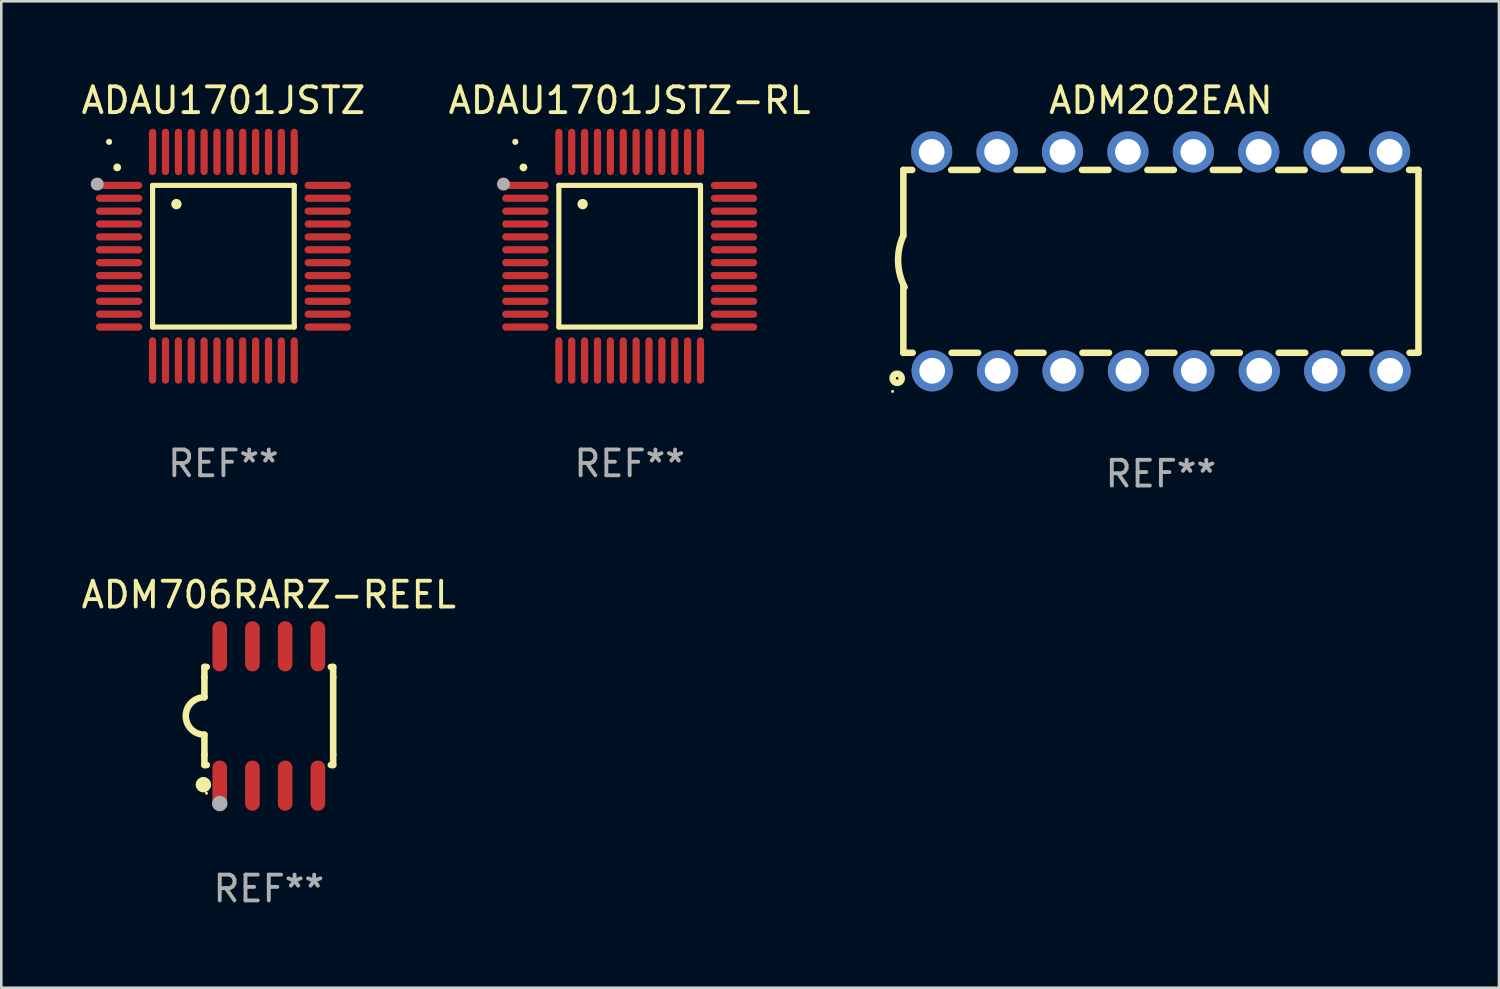
<source format=kicad_pcb>
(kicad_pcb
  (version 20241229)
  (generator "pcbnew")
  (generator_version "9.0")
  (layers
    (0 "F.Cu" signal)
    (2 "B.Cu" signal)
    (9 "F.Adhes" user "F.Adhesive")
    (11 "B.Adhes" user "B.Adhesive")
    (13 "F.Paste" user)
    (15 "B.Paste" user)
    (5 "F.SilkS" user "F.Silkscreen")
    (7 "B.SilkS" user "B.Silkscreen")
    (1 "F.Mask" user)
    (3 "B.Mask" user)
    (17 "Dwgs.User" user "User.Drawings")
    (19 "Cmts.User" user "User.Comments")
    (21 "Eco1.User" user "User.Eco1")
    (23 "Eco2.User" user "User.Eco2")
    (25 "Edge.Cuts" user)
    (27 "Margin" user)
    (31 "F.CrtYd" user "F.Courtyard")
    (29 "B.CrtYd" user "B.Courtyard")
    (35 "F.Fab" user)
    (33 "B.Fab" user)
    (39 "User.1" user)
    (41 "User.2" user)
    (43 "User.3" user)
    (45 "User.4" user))
  (footprint "ADM202EAN"
    (layer "F.Cu")
    (at 42.025 7.098)
    (property "Reference" "ADM202EAN" (at 0 -6.25 0) (layer "F.SilkS") (effects (font (size 1 1) (thickness 0.15))))
    (attr through_hole)
    (fp_line (start -10 -3.55) (end -9.656 -3.55) (stroke (width 0.254) (type solid)) (layer "F.SilkS"))
    (fp_line (start -10 -0.998) (end -10 -3.55) (stroke (width 0.254) (type solid)) (layer "F.SilkS"))
    (fp_line (start -10 3.55) (end -10 1) (stroke (width 0.254) (type solid)) (layer "F.SilkS"))
    (fp_line (start -10 3.55) (end -9.636 3.55) (stroke (width 0.254) (type solid)) (layer "F.SilkS"))
    (fp_line (start -8.144 -3.55) (end -7.116 -3.55) (stroke (width 0.254) (type solid)) (layer "F.SilkS"))
    (fp_line (start -8.124 3.55) (end -7.096 3.55) (stroke (width 0.254) (type solid)) (layer "F.SilkS"))
    (fp_line (start -5.604 -3.55) (end -4.576 -3.55) (stroke (width 0.254) (type solid)) (layer "F.SilkS"))
    (fp_line (start -5.584 3.55) (end -4.556 3.55) (stroke (width 0.254) (type solid)) (layer "F.SilkS"))
    (fp_line (start -3.064 -3.55) (end -2.036 -3.55) (stroke (width 0.254) (type solid)) (layer "F.SilkS"))
    (fp_line (start -3.044 3.55) (end -2.016 3.55) (stroke (width 0.254) (type solid)) (layer "F.SilkS"))
    (fp_line (start -0.524 -3.55) (end 0.504 -3.55) (stroke (width 0.254) (type solid)) (layer "F.SilkS"))
    (fp_line (start -0.504 3.55) (end 0.524 3.55) (stroke (width 0.254) (type solid)) (layer "F.SilkS"))
    (fp_line (start 2.016 -3.55) (end 3.044 -3.55) (stroke (width 0.254) (type solid)) (layer "F.SilkS"))
    (fp_line (start 2.036 3.55) (end 3.064 3.55) (stroke (width 0.254) (type solid)) (layer "F.SilkS"))
    (fp_line (start 4.556 -3.55) (end 5.584 -3.55) (stroke (width 0.254) (type solid)) (layer "F.SilkS"))
    (fp_line (start 4.576 3.55) (end 5.604 3.55) (stroke (width 0.254) (type solid)) (layer "F.SilkS"))
    (fp_line (start 7.096 -3.55) (end 8.124 -3.55) (stroke (width 0.254) (type solid)) (layer "F.SilkS"))
    (fp_line (start 7.116 3.55) (end 8.144 3.55) (stroke (width 0.254) (type solid)) (layer "F.SilkS"))
    (fp_line (start 9.636 -3.55) (end 10 -3.55) (stroke (width 0.254) (type solid)) (layer "F.SilkS"))
    (fp_line (start 9.656 3.55) (end 10 3.55) (stroke (width 0.254) (type solid)) (layer "F.SilkS"))
    (fp_line (start 10 3.55) (end 10 -3.55) (stroke (width 0.254) (type solid)) (layer "F.SilkS"))
    (fp_arc (start -9.949962 1) (mid -10.203153 0.005709) (end -10 -1) (stroke (width 0.254001) (type solid)) (layer "F.SilkS"))
    (fp_circle (center -10.417 5.05) (end -10.387 5.05) (stroke (width 0.06) (type solid)) (fill no) (layer "F.SilkS"))
    (fp_circle (center -10.24 4.54) (end -10.19 4.54) (stroke (width 0.254) (type solid)) (fill no) (layer "F.SilkS"))
    (fp_text user "REF**" (at 0 8.25 0) (layer "F.Fab") (effects (font (size 1 1) (thickness 0.15))))
    (pad "1" thru_hole circle (at -8.88 4.25) (size 1.6 1.6) (drill 1) (layers "*.Cu" "*.Mask"))
    (pad "2" thru_hole circle (at -6.34 4.25) (size 1.6 1.6) (drill 1) (layers "*.Cu" "*.Mask"))
    (pad "3" thru_hole circle (at -3.8 4.25) (size 1.6 1.6) (drill 1) (layers "*.Cu" "*.Mask"))
    (pad "4" thru_hole circle (at -1.26 4.25) (size 1.6 1.6) (drill 1) (layers "*.Cu" "*.Mask"))
    (pad "5" thru_hole circle (at 1.28 4.25) (size 1.6 1.6) (drill 1) (layers "*.Cu" "*.Mask"))
    (pad "6" thru_hole circle (at 3.82 4.25) (size 1.6 1.6) (drill 1) (layers "*.Cu" "*.Mask"))
    (pad "7" thru_hole circle (at 6.36 4.25) (size 1.6 1.6) (drill 1) (layers "*.Cu" "*.Mask"))
    (pad "8" thru_hole circle (at 8.9 4.25) (size 1.6 1.6) (drill 1) (layers "*.Cu" "*.Mask"))
    (pad "9" thru_hole circle (at 8.88 -4.25) (size 1.6 1.6) (drill 1) (layers "*.Cu" "*.Mask"))
    (pad "10" thru_hole circle (at 6.34 -4.25) (size 1.6 1.6) (drill 1) (layers "*.Cu" "*.Mask"))
    (pad "11" thru_hole circle (at 3.8 -4.25) (size 1.6 1.6) (drill 1) (layers "*.Cu" "*.Mask"))
    (pad "12" thru_hole circle (at 1.26 -4.25) (size 1.6 1.6) (drill 1) (layers "*.Cu" "*.Mask"))
    (pad "13" thru_hole circle (at -1.28 -4.25) (size 1.6 1.6) (drill 1) (layers "*.Cu" "*.Mask"))
    (pad "14" thru_hole circle (at -3.82 -4.25) (size 1.6 1.6) (drill 1) (layers "*.Cu" "*.Mask"))
    (pad "15" thru_hole circle (at -6.36 -4.25) (size 1.6 1.6) (drill 1) (layers "*.Cu" "*.Mask"))
    (pad "16" thru_hole circle (at -8.9 -4.25) (size 1.6 1.6) (drill 1) (layers "*.Cu" "*.Mask")))
  (footprint "ADAU1701JSTZ-RL"
    (layer "F.Cu")
    (at 21.399 6.898)
    (property "Reference" "ADAU1701JSTZ-RL" (at 0 -6.05 0) (layer "F.SilkS") (effects (font (size 1 1) (thickness 0.15))))
    (attr through_hole)
    (fp_line (start -2.75 -2.75) (end 2.75 -2.75) (stroke (width 0.2) (type solid)) (layer "F.SilkS"))
    (fp_line (start -2.75 2.75) (end -2.75 -2.75) (stroke (width 0.2) (type solid)) (layer "F.SilkS"))
    (fp_line (start 2.75 -2.75) (end 2.75 2.75) (stroke (width 0.2) (type solid)) (layer "F.SilkS"))
    (fp_line (start 2.75 2.75) (end -2.75 2.75) (stroke (width 0.2) (type solid)) (layer "F.SilkS"))
    (fp_arc (start -4.124968 -3.446787) (mid -4.124973 -3.448057) (end -4.124968 -3.449327) (stroke (width 0.3) (type solid)) (layer "F.SilkS"))
    (fp_arc (start -1.826264 -2.021844) (mid -1.826268 -2.023114) (end -1.826264 -2.024384) (stroke (width 0.4) (type solid)) (layer "F.SilkS"))
    (fp_circle (center -4.44 -4.44) (end -4.38 -4.44) (stroke (width 0.12) (type solid)) (fill no) (layer "F.SilkS"))
    (fp_circle (center -4.9 -2.8) (end -4.773 -2.8) (stroke (width 0.254) (type solid)) (fill no) (layer "F.Fab"))
    (fp_text user "REF**" (at 0 8.05 0) (layer "F.Fab") (effects (font (size 1 1) (thickness 0.15))))
    (pad "1" smd oval (at -4.05 -2.75 90) (size 0.28 1.8) (layers "F.Cu" "F.Mask" "F.Paste"))
    (pad "2" smd oval (at -4.05 -2.25 90) (size 0.28 1.8) (layers "F.Cu" "F.Mask" "F.Paste"))
    (pad "3" smd oval (at -4.05 -1.75 90) (size 0.28 1.8) (layers "F.Cu" "F.Mask" "F.Paste"))
    (pad "4" smd oval (at -4.05 -1.25 90) (size 0.28 1.8) (layers "F.Cu" "F.Mask" "F.Paste"))
    (pad "5" smd oval (at -4.05 -0.75 90) (size 0.28 1.8) (layers "F.Cu" "F.Mask" "F.Paste"))
    (pad "6" smd oval (at -4.05 -0.25 90) (size 0.28 1.8) (layers "F.Cu" "F.Mask" "F.Paste"))
    (pad "7" smd oval (at -4.05 0.25 90) (size 0.28 1.8) (layers "F.Cu" "F.Mask" "F.Paste"))
    (pad "8" smd oval (at -4.05 0.75 90) (size 0.28 1.8) (layers "F.Cu" "F.Mask" "F.Paste"))
    (pad "9" smd oval (at -4.05 1.25 90) (size 0.28 1.8) (layers "F.Cu" "F.Mask" "F.Paste"))
    (pad "10" smd oval (at -4.05 1.75 90) (size 0.28 1.8) (layers "F.Cu" "F.Mask" "F.Paste"))
    (pad "11" smd oval (at -4.05 2.25 90) (size 0.28 1.8) (layers "F.Cu" "F.Mask" "F.Paste"))
    (pad "12" smd oval (at -4.05 2.75 90) (size 0.28 1.8) (layers "F.Cu" "F.Mask" "F.Paste"))
    (pad "13" smd oval (at -2.75 4.05) (size 0.28 1.8) (layers "F.Cu" "F.Mask" "F.Paste"))
    (pad "14" smd oval (at -2.25 4.05) (size 0.28 1.8) (layers "F.Cu" "F.Mask" "F.Paste"))
    (pad "15" smd oval (at -1.75 4.05) (size 0.28 1.8) (layers "F.Cu" "F.Mask" "F.Paste"))
    (pad "16" smd oval (at -1.25 4.05) (size 0.28 1.8) (layers "F.Cu" "F.Mask" "F.Paste"))
    (pad "17" smd oval (at -0.75 4.05) (size 0.28 1.8) (layers "F.Cu" "F.Mask" "F.Paste"))
    (pad "18" smd oval (at -0.25 4.05) (size 0.28 1.8) (layers "F.Cu" "F.Mask" "F.Paste"))
    (pad "19" smd oval (at 0.25 4.05) (size 0.28 1.8) (layers "F.Cu" "F.Mask" "F.Paste"))
    (pad "20" smd oval (at 0.75 4.05) (size 0.28 1.8) (layers "F.Cu" "F.Mask" "F.Paste"))
    (pad "21" smd oval (at 1.25 4.05) (size 0.28 1.8) (layers "F.Cu" "F.Mask" "F.Paste"))
    (pad "22" smd oval (at 1.75 4.05) (size 0.28 1.8) (layers "F.Cu" "F.Mask" "F.Paste"))
    (pad "23" smd oval (at 2.25 4.05) (size 0.28 1.8) (layers "F.Cu" "F.Mask" "F.Paste"))
    (pad "24" smd oval (at 2.75 4.05) (size 0.28 1.8) (layers "F.Cu" "F.Mask" "F.Paste"))
    (pad "25" smd oval (at 4.05 2.75 90) (size 0.28 1.8) (layers "F.Cu" "F.Mask" "F.Paste"))
    (pad "26" smd oval (at 4.05 2.25 90) (size 0.28 1.8) (layers "F.Cu" "F.Mask" "F.Paste"))
    (pad "27" smd oval (at 4.05 1.75 90) (size 0.28 1.8) (layers "F.Cu" "F.Mask" "F.Paste"))
    (pad "28" smd oval (at 4.05 1.25 90) (size 0.28 1.8) (layers "F.Cu" "F.Mask" "F.Paste"))
    (pad "29" smd oval (at 4.05 0.75 90) (size 0.28 1.8) (layers "F.Cu" "F.Mask" "F.Paste"))
    (pad "30" smd oval (at 4.05 0.25 90) (size 0.28 1.8) (layers "F.Cu" "F.Mask" "F.Paste"))
    (pad "31" smd oval (at 4.05 -0.25 90) (size 0.28 1.8) (layers "F.Cu" "F.Mask" "F.Paste"))
    (pad "32" smd oval (at 4.05 -0.75 90) (size 0.28 1.8) (layers "F.Cu" "F.Mask" "F.Paste"))
    (pad "33" smd oval (at 4.05 -1.25 90) (size 0.28 1.8) (layers "F.Cu" "F.Mask" "F.Paste"))
    (pad "34" smd oval (at 4.05 -1.75 90) (size 0.28 1.8) (layers "F.Cu" "F.Mask" "F.Paste"))
    (pad "35" smd oval (at 4.05 -2.25 90) (size 0.28 1.8) (layers "F.Cu" "F.Mask" "F.Paste"))
    (pad "36" smd oval (at 4.05 -2.75 90) (size 0.28 1.8) (layers "F.Cu" "F.Mask" "F.Paste"))
    (pad "37" smd oval (at 2.75 -4.05) (size 0.28 1.8) (layers "F.Cu" "F.Mask" "F.Paste"))
    (pad "38" smd oval (at 2.25 -4.05) (size 0.28 1.8) (layers "F.Cu" "F.Mask" "F.Paste"))
    (pad "39" smd oval (at 1.75 -4.05) (size 0.28 1.8) (layers "F.Cu" "F.Mask" "F.Paste"))
    (pad "40" smd oval (at 1.25 -4.05) (size 0.28 1.8) (layers "F.Cu" "F.Mask" "F.Paste"))
    (pad "41" smd oval (at 0.75 -4.05) (size 0.28 1.8) (layers "F.Cu" "F.Mask" "F.Paste"))
    (pad "42" smd oval (at 0.25 -4.05) (size 0.28 1.8) (layers "F.Cu" "F.Mask" "F.Paste"))
    (pad "43" smd oval (at -0.25 -4.05) (size 0.28 1.8) (layers "F.Cu" "F.Mask" "F.Paste"))
    (pad "44" smd oval (at -0.75 -4.05) (size 0.28 1.8) (layers "F.Cu" "F.Mask" "F.Paste"))
    (pad "45" smd oval (at -1.25 -4.05) (size 0.28 1.8) (layers "F.Cu" "F.Mask" "F.Paste"))
    (pad "46" smd oval (at -1.75 -4.05) (size 0.28 1.8) (layers "F.Cu" "F.Mask" "F.Paste"))
    (pad "47" smd oval (at -2.25 -4.05) (size 0.28 1.8) (layers "F.Cu" "F.Mask" "F.Paste"))
    (pad "48" smd oval (at -2.75 -4.05) (size 0.28 1.8) (layers "F.Cu" "F.Mask" "F.Paste")))
  (footprint "ADM706RARZ-REEL"
    (layer "F.Cu")
    (at 7.387 24.75)
    (property "Reference" "ADM706RARZ-REEL" (at 0 -4.705 0) (layer "F.SilkS") (effects (font (size 1 1) (thickness 0.15))))
    (attr through_hole)
    (fp_line (start -2.5 -1.905) (end -2.409 -1.905) (stroke (width 0.254) (type solid)) (layer "F.SilkS"))
    (fp_line (start -2.5 -1.5) (end -2.5 -1.905) (stroke (width 0.254) (type solid)) (layer "F.SilkS"))
    (fp_line (start -2.5 -1.5) (end -2.5 -0.726) (stroke (width 0.254) (type solid)) (layer "F.SilkS"))
    (fp_line (start -2.5 1.5) (end -2.5 0.727) (stroke (width 0.254) (type solid)) (layer "F.SilkS"))
    (fp_line (start -2.5 1.5) (end -2.5 1.905) (stroke (width 0.254) (type solid)) (layer "F.SilkS"))
    (fp_line (start -2.5 1.905) (end -2.409 1.905) (stroke (width 0.254) (type solid)) (layer "F.SilkS"))
    (fp_line (start 2.5 -1.905) (end 2.409 -1.905) (stroke (width 0.254) (type solid)) (layer "F.SilkS"))
    (fp_line (start 2.5 -1.5) (end 2.5 -1.905) (stroke (width 0.254) (type solid)) (layer "F.SilkS"))
    (fp_line (start 2.5 -1.5) (end 2.5 1.5) (stroke (width 0.254) (type solid)) (layer "F.SilkS"))
    (fp_line (start 2.5 1.5) (end 2.5 1.905) (stroke (width 0.254) (type solid)) (layer "F.SilkS"))
    (fp_line (start 2.5 1.905) (end 2.409 1.905) (stroke (width 0.254) (type solid)) (layer "F.SilkS"))
    (fp_arc (start -2.5 0.726568) (mid -3.220316 -0.0023) (end -2.495097 -0.726289) (stroke (width 0.254001) (type solid)) (layer "F.SilkS"))
    (fp_circle (center -2.54 2.667) (end -2.39 2.667) (stroke (width 0.3) (type solid)) (fill no) (layer "F.SilkS"))
    (fp_circle (center -2.42 3) (end -2.39 3) (stroke (width 0.06) (type solid)) (fill no) (layer "F.SilkS"))
    (fp_circle (center -1.905 3.4) (end -1.755 3.4) (stroke (width 0.3) (type solid)) (fill no) (layer "F.Fab"))
    (fp_text user "REF**" (at 0 6.705 0) (layer "F.Fab") (effects (font (size 1 1) (thickness 0.15))))
    (pad "1" smd oval (at -1.905 2.705) (size 0.568 1.95) (layers "F.Cu" "F.Mask" "F.Paste"))
    (pad "2" smd oval (at -0.635 2.705) (size 0.568 1.95) (layers "F.Cu" "F.Mask" "F.Paste"))
    (pad "3" smd oval (at 0.635 2.705) (size 0.568 1.95) (layers "F.Cu" "F.Mask" "F.Paste"))
    (pad "4" smd oval (at 1.905 2.705) (size 0.568 1.95) (layers "F.Cu" "F.Mask" "F.Paste"))
    (pad "5" smd oval (at 1.905 -2.705) (size 0.568 1.95) (layers "F.Cu" "F.Mask" "F.Paste"))
    (pad "6" smd oval (at 0.635 -2.705) (size 0.568 1.95) (layers "F.Cu" "F.Mask" "F.Paste"))
    (pad "7" smd oval (at -0.635 -2.705) (size 0.568 1.95) (layers "F.Cu" "F.Mask" "F.Paste"))
    (pad "8" smd oval (at -1.905 -2.705) (size 0.568 1.95) (layers "F.Cu" "F.Mask" "F.Paste")))
  (footprint "ADAU1701JSTZ"
    (layer "F.Cu")
    (at 5.625 6.898)
    (property "Reference" "ADAU1701JSTZ" (at 0 -6.05 0) (layer "F.SilkS") (effects (font (size 1 1) (thickness 0.15))))
    (attr through_hole)
    (fp_line (start -2.75 -2.75) (end 2.75 -2.75) (stroke (width 0.2) (type solid)) (layer "F.SilkS"))
    (fp_line (start -2.75 2.75) (end -2.75 -2.75) (stroke (width 0.2) (type solid)) (layer "F.SilkS"))
    (fp_line (start 2.75 -2.75) (end 2.75 2.75) (stroke (width 0.2) (type solid)) (layer "F.SilkS"))
    (fp_line (start 2.75 2.75) (end -2.75 2.75) (stroke (width 0.2) (type solid)) (layer "F.SilkS"))
    (fp_arc (start -4.124968 -3.446787) (mid -4.124973 -3.448057) (end -4.124968 -3.449327) (stroke (width 0.3) (type solid)) (layer "F.SilkS"))
    (fp_arc (start -1.826264 -2.021844) (mid -1.826268 -2.023114) (end -1.826264 -2.024384) (stroke (width 0.4) (type solid)) (layer "F.SilkS"))
    (fp_circle (center -4.44 -4.44) (end -4.38 -4.44) (stroke (width 0.12) (type solid)) (fill no) (layer "F.SilkS"))
    (fp_circle (center -4.9 -2.8) (end -4.773 -2.8) (stroke (width 0.254) (type solid)) (fill no) (layer "F.Fab"))
    (fp_text user "REF**" (at 0 8.05 0) (layer "F.Fab") (effects (font (size 1 1) (thickness 0.15))))
    (pad "1" smd oval (at -4.05 -2.75 90) (size 0.28 1.8) (layers "F.Cu" "F.Mask" "F.Paste"))
    (pad "2" smd oval (at -4.05 -2.25 90) (size 0.28 1.8) (layers "F.Cu" "F.Mask" "F.Paste"))
    (pad "3" smd oval (at -4.05 -1.75 90) (size 0.28 1.8) (layers "F.Cu" "F.Mask" "F.Paste"))
    (pad "4" smd oval (at -4.05 -1.25 90) (size 0.28 1.8) (layers "F.Cu" "F.Mask" "F.Paste"))
    (pad "5" smd oval (at -4.05 -0.75 90) (size 0.28 1.8) (layers "F.Cu" "F.Mask" "F.Paste"))
    (pad "6" smd oval (at -4.05 -0.25 90) (size 0.28 1.8) (layers "F.Cu" "F.Mask" "F.Paste"))
    (pad "7" smd oval (at -4.05 0.25 90) (size 0.28 1.8) (layers "F.Cu" "F.Mask" "F.Paste"))
    (pad "8" smd oval (at -4.05 0.75 90) (size 0.28 1.8) (layers "F.Cu" "F.Mask" "F.Paste"))
    (pad "9" smd oval (at -4.05 1.25 90) (size 0.28 1.8) (layers "F.Cu" "F.Mask" "F.Paste"))
    (pad "10" smd oval (at -4.05 1.75 90) (size 0.28 1.8) (layers "F.Cu" "F.Mask" "F.Paste"))
    (pad "11" smd oval (at -4.05 2.25 90) (size 0.28 1.8) (layers "F.Cu" "F.Mask" "F.Paste"))
    (pad "12" smd oval (at -4.05 2.75 90) (size 0.28 1.8) (layers "F.Cu" "F.Mask" "F.Paste"))
    (pad "13" smd oval (at -2.75 4.05) (size 0.28 1.8) (layers "F.Cu" "F.Mask" "F.Paste"))
    (pad "14" smd oval (at -2.25 4.05) (size 0.28 1.8) (layers "F.Cu" "F.Mask" "F.Paste"))
    (pad "15" smd oval (at -1.75 4.05) (size 0.28 1.8) (layers "F.Cu" "F.Mask" "F.Paste"))
    (pad "16" smd oval (at -1.25 4.05) (size 0.28 1.8) (layers "F.Cu" "F.Mask" "F.Paste"))
    (pad "17" smd oval (at -0.75 4.05) (size 0.28 1.8) (layers "F.Cu" "F.Mask" "F.Paste"))
    (pad "18" smd oval (at -0.25 4.05) (size 0.28 1.8) (layers "F.Cu" "F.Mask" "F.Paste"))
    (pad "19" smd oval (at 0.25 4.05) (size 0.28 1.8) (layers "F.Cu" "F.Mask" "F.Paste"))
    (pad "20" smd oval (at 0.75 4.05) (size 0.28 1.8) (layers "F.Cu" "F.Mask" "F.Paste"))
    (pad "21" smd oval (at 1.25 4.05) (size 0.28 1.8) (layers "F.Cu" "F.Mask" "F.Paste"))
    (pad "22" smd oval (at 1.75 4.05) (size 0.28 1.8) (layers "F.Cu" "F.Mask" "F.Paste"))
    (pad "23" smd oval (at 2.25 4.05) (size 0.28 1.8) (layers "F.Cu" "F.Mask" "F.Paste"))
    (pad "24" smd oval (at 2.75 4.05) (size 0.28 1.8) (layers "F.Cu" "F.Mask" "F.Paste"))
    (pad "25" smd oval (at 4.05 2.75 90) (size 0.28 1.8) (layers "F.Cu" "F.Mask" "F.Paste"))
    (pad "26" smd oval (at 4.05 2.25 90) (size 0.28 1.8) (layers "F.Cu" "F.Mask" "F.Paste"))
    (pad "27" smd oval (at 4.05 1.75 90) (size 0.28 1.8) (layers "F.Cu" "F.Mask" "F.Paste"))
    (pad "28" smd oval (at 4.05 1.25 90) (size 0.28 1.8) (layers "F.Cu" "F.Mask" "F.Paste"))
    (pad "29" smd oval (at 4.05 0.75 90) (size 0.28 1.8) (layers "F.Cu" "F.Mask" "F.Paste"))
    (pad "30" smd oval (at 4.05 0.25 90) (size 0.28 1.8) (layers "F.Cu" "F.Mask" "F.Paste"))
    (pad "31" smd oval (at 4.05 -0.25 90) (size 0.28 1.8) (layers "F.Cu" "F.Mask" "F.Paste"))
    (pad "32" smd oval (at 4.05 -0.75 90) (size 0.28 1.8) (layers "F.Cu" "F.Mask" "F.Paste"))
    (pad "33" smd oval (at 4.05 -1.25 90) (size 0.28 1.8) (layers "F.Cu" "F.Mask" "F.Paste"))
    (pad "34" smd oval (at 4.05 -1.75 90) (size 0.28 1.8) (layers "F.Cu" "F.Mask" "F.Paste"))
    (pad "35" smd oval (at 4.05 -2.25 90) (size 0.28 1.8) (layers "F.Cu" "F.Mask" "F.Paste"))
    (pad "36" smd oval (at 4.05 -2.75 90) (size 0.28 1.8) (layers "F.Cu" "F.Mask" "F.Paste"))
    (pad "37" smd oval (at 2.75 -4.05) (size 0.28 1.8) (layers "F.Cu" "F.Mask" "F.Paste"))
    (pad "38" smd oval (at 2.25 -4.05) (size 0.28 1.8) (layers "F.Cu" "F.Mask" "F.Paste"))
    (pad "39" smd oval (at 1.75 -4.05) (size 0.28 1.8) (layers "F.Cu" "F.Mask" "F.Paste"))
    (pad "40" smd oval (at 1.25 -4.05) (size 0.28 1.8) (layers "F.Cu" "F.Mask" "F.Paste"))
    (pad "41" smd oval (at 0.75 -4.05) (size 0.28 1.8) (layers "F.Cu" "F.Mask" "F.Paste"))
    (pad "42" smd oval (at 0.25 -4.05) (size 0.28 1.8) (layers "F.Cu" "F.Mask" "F.Paste"))
    (pad "43" smd oval (at -0.25 -4.05) (size 0.28 1.8) (layers "F.Cu" "F.Mask" "F.Paste"))
    (pad "44" smd oval (at -0.75 -4.05) (size 0.28 1.8) (layers "F.Cu" "F.Mask" "F.Paste"))
    (pad "45" smd oval (at -1.25 -4.05) (size 0.28 1.8) (layers "F.Cu" "F.Mask" "F.Paste"))
    (pad "46" smd oval (at -1.75 -4.05) (size 0.28 1.8) (layers "F.Cu" "F.Mask" "F.Paste"))
    (pad "47" smd oval (at -2.25 -4.05) (size 0.28 1.8) (layers "F.Cu" "F.Mask" "F.Paste"))
    (pad "48" smd oval (at -2.75 -4.05) (size 0.28 1.8) (layers "F.Cu" "F.Mask" "F.Paste")))
  (gr_rect
    (start -3 -3)
    (end 55.152 35.303)
    (stroke (width 0.1) (type default))
    (fill no)
    (layer "Edge.Cuts")))
</source>
